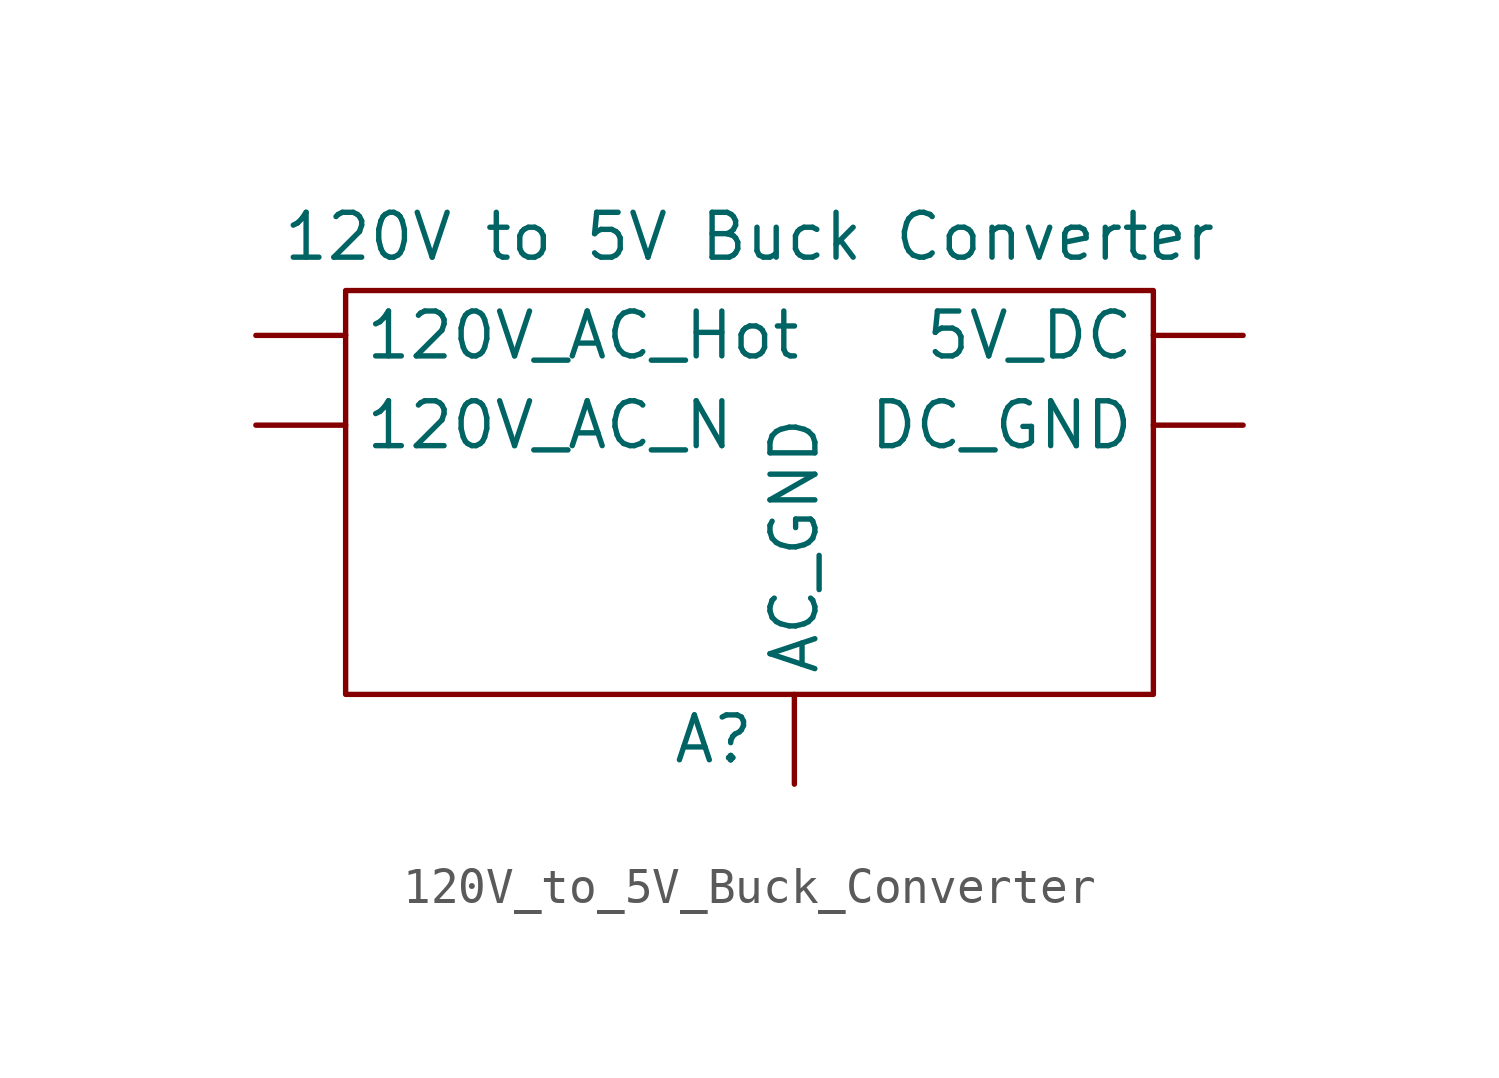
<source format=kicad_sym>
(kicad_symbol_lib
  (version 20231120)
  (generator "kicad_symbol_editor")
  (generator_version "8.0")
  (symbol "120V_to_5V_Buck_Converter"
    (property "Reference" "A"
      (at -1.016 -10.16 0)
      (effects (font (size 1.27 1.27))))
    (property "Value" "120V to 5V Buck Converter"
      (at 0 4.064 0)
      (effects (font (size 1.27 1.27))))
    (symbol "120V_to_5V_Buck_Converter_0_1"
      (rectangle (start -11.43 2.54) (end 11.43 -8.89) (stroke (width 0) (type default)) (fill (type none))))
    (symbol "120V_to_5V_Buck_Converter_1_1"
      (pin input line (at -13.97 1.27 0) (length 2.54) (name "120V_AC_Hot" (effects (font (size 1.27 1.27)))) (number "" (effects (font (size 1.27 1.27)))))
      (pin input line (at -13.97 -1.27 0) (length 2.54) (name "120V_AC_N" (effects (font (size 1.27 1.27)))) (number "" (effects (font (size 1.27 1.27)))))
      (pin input line (at 13.97 1.27 180) (length 2.54) (name "5V_DC" (effects (font (size 1.27 1.27)))) (number "" (effects (font (size 1.27 1.27)))))
      (pin bidirectional line (at 1.27 -11.43 90) (length 2.54) (name "AC_GND" (effects (font (size 1.27 1.27)))) (number "" (effects (font (size 1.27 1.27)))))
      (pin input line (at 13.97 -1.27 180) (length 2.54) (name "DC_GND" (effects (font (size 1.27 1.27)))) (number "" (effects (font (size 1.27 1.27))))))))
</source>
